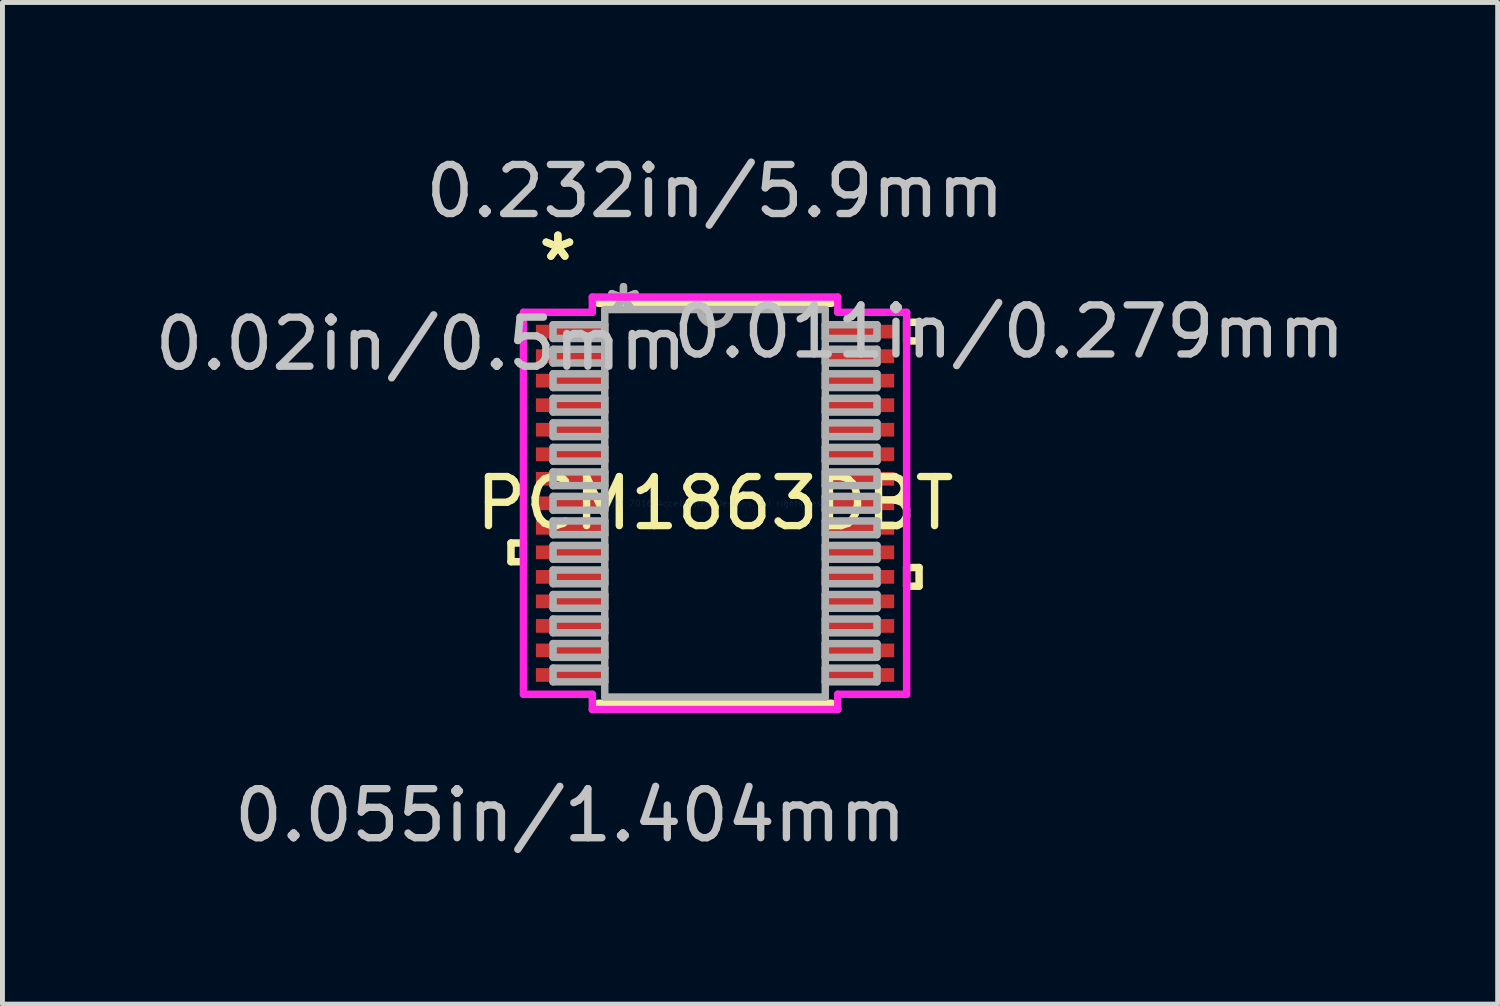
<source format=kicad_pcb>
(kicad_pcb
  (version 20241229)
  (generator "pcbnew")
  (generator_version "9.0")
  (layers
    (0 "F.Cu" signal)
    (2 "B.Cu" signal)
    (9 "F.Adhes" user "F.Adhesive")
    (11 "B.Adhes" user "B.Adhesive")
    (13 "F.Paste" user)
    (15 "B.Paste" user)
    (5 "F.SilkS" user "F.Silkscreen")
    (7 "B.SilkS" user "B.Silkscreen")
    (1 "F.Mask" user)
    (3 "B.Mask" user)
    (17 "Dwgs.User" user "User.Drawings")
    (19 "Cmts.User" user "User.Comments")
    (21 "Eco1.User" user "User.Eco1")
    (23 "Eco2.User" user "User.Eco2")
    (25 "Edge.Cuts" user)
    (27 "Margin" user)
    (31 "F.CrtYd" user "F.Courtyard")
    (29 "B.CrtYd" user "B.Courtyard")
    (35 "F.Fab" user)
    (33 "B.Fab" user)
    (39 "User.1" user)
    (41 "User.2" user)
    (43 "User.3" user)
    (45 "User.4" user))
  (footprint "PCM1863DBT"
    (layer "F.Cu")
    (at 11.528 7.211)
    (property "Reference" "PCM1863DBT" (at 0 0 0) (layer "F.SilkS") (effects (font (size 1 1) (thickness 0.15))))
    (attr through_hole)
    (fp_line (start -4.16 0.81) (end -4.16 1.191) (stroke (width 0.152) (type solid)) (layer "F.SilkS"))
    (fp_line (start -4.16 1.191) (end -3.906 1.191) (stroke (width 0.152) (type solid)) (layer "F.SilkS"))
    (fp_line (start -3.906 0.81) (end -4.16 0.81) (stroke (width 0.152) (type solid)) (layer "F.SilkS"))
    (fp_line (start -3.906 1.191) (end -3.906 0.81) (stroke (width 0.152) (type solid)) (layer "F.SilkS"))
    (fp_line (start -2.375 4.077) (end 2.375 4.077) (stroke (width 0.152) (type solid)) (layer "F.SilkS"))
    (fp_line (start 2.375 -4.077) (end -2.375 -4.077) (stroke (width 0.152) (type solid)) (layer "F.SilkS"))
    (fp_line (start 3.906 -3.691) (end 4.16 -3.691) (stroke (width 0.152) (type solid)) (layer "F.SilkS"))
    (fp_line (start 3.906 -3.31) (end 3.906 -3.691) (stroke (width 0.152) (type solid)) (layer "F.SilkS"))
    (fp_line (start 3.906 1.31) (end 4.16 1.31) (stroke (width 0.152) (type solid)) (layer "F.SilkS"))
    (fp_line (start 3.906 1.69) (end 3.906 1.31) (stroke (width 0.152) (type solid)) (layer "F.SilkS"))
    (fp_line (start 4.16 -3.691) (end 4.16 -3.31) (stroke (width 0.152) (type solid)) (layer "F.SilkS"))
    (fp_line (start 4.16 -3.31) (end 3.906 -3.31) (stroke (width 0.152) (type solid)) (layer "F.SilkS"))
    (fp_line (start 4.16 1.31) (end 4.16 1.69) (stroke (width 0.152) (type solid)) (layer "F.SilkS"))
    (fp_line (start 4.16 1.69) (end 3.906 1.69) (stroke (width 0.152) (type solid)) (layer "F.SilkS"))
    (fp_line (start -3.906 -3.894) (end -2.502 -3.894) (stroke (width 0.152) (type solid)) (layer "F.CrtYd"))
    (fp_line (start -3.906 3.894) (end -3.906 -3.894) (stroke (width 0.152) (type solid)) (layer "F.CrtYd"))
    (fp_line (start -2.502 -4.204) (end 2.502 -4.204) (stroke (width 0.152) (type solid)) (layer "F.CrtYd"))
    (fp_line (start -2.502 -3.894) (end -2.502 -4.204) (stroke (width 0.152) (type solid)) (layer "F.CrtYd"))
    (fp_line (start -2.502 3.894) (end -3.906 3.894) (stroke (width 0.152) (type solid)) (layer "F.CrtYd"))
    (fp_line (start -2.502 4.204) (end -2.502 3.894) (stroke (width 0.152) (type solid)) (layer "F.CrtYd"))
    (fp_line (start 2.502 -4.204) (end 2.502 -3.894) (stroke (width 0.152) (type solid)) (layer "F.CrtYd"))
    (fp_line (start 2.502 -3.894) (end 3.906 -3.894) (stroke (width 0.152) (type solid)) (layer "F.CrtYd"))
    (fp_line (start 2.502 3.894) (end 2.502 4.204) (stroke (width 0.152) (type solid)) (layer "F.CrtYd"))
    (fp_line (start 2.502 4.204) (end -2.502 4.204) (stroke (width 0.152) (type solid)) (layer "F.CrtYd"))
    (fp_line (start 3.906 -3.894) (end 3.906 3.894) (stroke (width 0.152) (type solid)) (layer "F.CrtYd"))
    (fp_line (start 3.906 3.894) (end 2.502 3.894) (stroke (width 0.152) (type solid)) (layer "F.CrtYd"))
    (fp_line (start -3.302 -3.64) (end -3.302 -3.36) (stroke (width 0.152) (type solid)) (layer "F.Fab"))
    (fp_line (start -3.302 -3.36) (end -2.248 -3.36) (stroke (width 0.152) (type solid)) (layer "F.Fab"))
    (fp_line (start -3.302 -3.14) (end -3.302 -2.86) (stroke (width 0.152) (type solid)) (layer "F.Fab"))
    (fp_line (start -3.302 -2.86) (end -2.248 -2.86) (stroke (width 0.152) (type solid)) (layer "F.Fab"))
    (fp_line (start -3.302 -2.64) (end -3.302 -2.36) (stroke (width 0.152) (type solid)) (layer "F.Fab"))
    (fp_line (start -3.302 -2.36) (end -2.248 -2.36) (stroke (width 0.152) (type solid)) (layer "F.Fab"))
    (fp_line (start -3.302 -2.14) (end -3.302 -1.86) (stroke (width 0.152) (type solid)) (layer "F.Fab"))
    (fp_line (start -3.302 -1.86) (end -2.248 -1.86) (stroke (width 0.152) (type solid)) (layer "F.Fab"))
    (fp_line (start -3.302 -1.64) (end -3.302 -1.36) (stroke (width 0.152) (type solid)) (layer "F.Fab"))
    (fp_line (start -3.302 -1.36) (end -2.248 -1.36) (stroke (width 0.152) (type solid)) (layer "F.Fab"))
    (fp_line (start -3.302 -1.14) (end -3.302 -0.86) (stroke (width 0.152) (type solid)) (layer "F.Fab"))
    (fp_line (start -3.302 -0.86) (end -2.248 -0.86) (stroke (width 0.152) (type solid)) (layer "F.Fab"))
    (fp_line (start -3.302 -0.64) (end -3.302 -0.36) (stroke (width 0.152) (type solid)) (layer "F.Fab"))
    (fp_line (start -3.302 -0.36) (end -2.248 -0.36) (stroke (width 0.152) (type solid)) (layer "F.Fab"))
    (fp_line (start -3.302 -0.14) (end -3.302 0.14) (stroke (width 0.152) (type solid)) (layer "F.Fab"))
    (fp_line (start -3.302 0.14) (end -2.248 0.14) (stroke (width 0.152) (type solid)) (layer "F.Fab"))
    (fp_line (start -3.302 0.36) (end -3.302 0.64) (stroke (width 0.152) (type solid)) (layer "F.Fab"))
    (fp_line (start -3.302 0.64) (end -2.248 0.64) (stroke (width 0.152) (type solid)) (layer "F.Fab"))
    (fp_line (start -3.302 0.86) (end -3.302 1.14) (stroke (width 0.152) (type solid)) (layer "F.Fab"))
    (fp_line (start -3.302 1.14) (end -2.248 1.14) (stroke (width 0.152) (type solid)) (layer "F.Fab"))
    (fp_line (start -3.302 1.36) (end -3.302 1.64) (stroke (width 0.152) (type solid)) (layer "F.Fab"))
    (fp_line (start -3.302 1.64) (end -2.248 1.64) (stroke (width 0.152) (type solid)) (layer "F.Fab"))
    (fp_line (start -3.302 1.86) (end -3.302 2.14) (stroke (width 0.152) (type solid)) (layer "F.Fab"))
    (fp_line (start -3.302 2.14) (end -2.248 2.14) (stroke (width 0.152) (type solid)) (layer "F.Fab"))
    (fp_line (start -3.302 2.36) (end -3.302 2.64) (stroke (width 0.152) (type solid)) (layer "F.Fab"))
    (fp_line (start -3.302 2.64) (end -2.248 2.64) (stroke (width 0.152) (type solid)) (layer "F.Fab"))
    (fp_line (start -3.302 2.86) (end -3.302 3.14) (stroke (width 0.152) (type solid)) (layer "F.Fab"))
    (fp_line (start -3.302 3.14) (end -2.248 3.14) (stroke (width 0.152) (type solid)) (layer "F.Fab"))
    (fp_line (start -3.302 3.36) (end -3.302 3.64) (stroke (width 0.152) (type solid)) (layer "F.Fab"))
    (fp_line (start -3.302 3.64) (end -2.248 3.64) (stroke (width 0.152) (type solid)) (layer "F.Fab"))
    (fp_line (start -2.248 -3.95) (end -2.248 3.95) (stroke (width 0.152) (type solid)) (layer "F.Fab"))
    (fp_line (start -2.248 -3.64) (end -3.302 -3.64) (stroke (width 0.152) (type solid)) (layer "F.Fab"))
    (fp_line (start -2.248 -3.36) (end -2.248 -3.64) (stroke (width 0.152) (type solid)) (layer "F.Fab"))
    (fp_line (start -2.248 -3.14) (end -3.302 -3.14) (stroke (width 0.152) (type solid)) (layer "F.Fab"))
    (fp_line (start -2.248 -2.86) (end -2.248 -3.14) (stroke (width 0.152) (type solid)) (layer "F.Fab"))
    (fp_line (start -2.248 -2.64) (end -3.302 -2.64) (stroke (width 0.152) (type solid)) (layer "F.Fab"))
    (fp_line (start -2.248 -2.36) (end -2.248 -2.64) (stroke (width 0.152) (type solid)) (layer "F.Fab"))
    (fp_line (start -2.248 -2.14) (end -3.302 -2.14) (stroke (width 0.152) (type solid)) (layer "F.Fab"))
    (fp_line (start -2.248 -1.86) (end -2.248 -2.14) (stroke (width 0.152) (type solid)) (layer "F.Fab"))
    (fp_line (start -2.248 -1.64) (end -3.302 -1.64) (stroke (width 0.152) (type solid)) (layer "F.Fab"))
    (fp_line (start -2.248 -1.36) (end -2.248 -1.64) (stroke (width 0.152) (type solid)) (layer "F.Fab"))
    (fp_line (start -2.248 -1.14) (end -3.302 -1.14) (stroke (width 0.152) (type solid)) (layer "F.Fab"))
    (fp_line (start -2.248 -0.86) (end -2.248 -1.14) (stroke (width 0.152) (type solid)) (layer "F.Fab"))
    (fp_line (start -2.248 -0.64) (end -3.302 -0.64) (stroke (width 0.152) (type solid)) (layer "F.Fab"))
    (fp_line (start -2.248 -0.36) (end -2.248 -0.64) (stroke (width 0.152) (type solid)) (layer "F.Fab"))
    (fp_line (start -2.248 -0.14) (end -3.302 -0.14) (stroke (width 0.152) (type solid)) (layer "F.Fab"))
    (fp_line (start -2.248 0.14) (end -2.248 -0.14) (stroke (width 0.152) (type solid)) (layer "F.Fab"))
    (fp_line (start -2.248 0.36) (end -3.302 0.36) (stroke (width 0.152) (type solid)) (layer "F.Fab"))
    (fp_line (start -2.248 0.64) (end -2.248 0.36) (stroke (width 0.152) (type solid)) (layer "F.Fab"))
    (fp_line (start -2.248 0.86) (end -3.302 0.86) (stroke (width 0.152) (type solid)) (layer "F.Fab"))
    (fp_line (start -2.248 1.14) (end -2.248 0.86) (stroke (width 0.152) (type solid)) (layer "F.Fab"))
    (fp_line (start -2.248 1.36) (end -3.302 1.36) (stroke (width 0.152) (type solid)) (layer "F.Fab"))
    (fp_line (start -2.248 1.64) (end -2.248 1.36) (stroke (width 0.152) (type solid)) (layer "F.Fab"))
    (fp_line (start -2.248 1.86) (end -3.302 1.86) (stroke (width 0.152) (type solid)) (layer "F.Fab"))
    (fp_line (start -2.248 2.14) (end -2.248 1.86) (stroke (width 0.152) (type solid)) (layer "F.Fab"))
    (fp_line (start -2.248 2.36) (end -3.302 2.36) (stroke (width 0.152) (type solid)) (layer "F.Fab"))
    (fp_line (start -2.248 2.64) (end -2.248 2.36) (stroke (width 0.152) (type solid)) (layer "F.Fab"))
    (fp_line (start -2.248 2.86) (end -3.302 2.86) (stroke (width 0.152) (type solid)) (layer "F.Fab"))
    (fp_line (start -2.248 3.14) (end -2.248 2.86) (stroke (width 0.152) (type solid)) (layer "F.Fab"))
    (fp_line (start -2.248 3.36) (end -3.302 3.36) (stroke (width 0.152) (type solid)) (layer "F.Fab"))
    (fp_line (start -2.248 3.64) (end -2.248 3.36) (stroke (width 0.152) (type solid)) (layer "F.Fab"))
    (fp_line (start -2.248 3.95) (end 2.248 3.95) (stroke (width 0.152) (type solid)) (layer "F.Fab"))
    (fp_line (start 2.248 -3.95) (end -2.248 -3.95) (stroke (width 0.152) (type solid)) (layer "F.Fab"))
    (fp_line (start 2.248 -3.64) (end 2.248 -3.36) (stroke (width 0.152) (type solid)) (layer "F.Fab"))
    (fp_line (start 2.248 -3.36) (end 3.302 -3.36) (stroke (width 0.152) (type solid)) (layer "F.Fab"))
    (fp_line (start 2.248 -3.14) (end 2.248 -2.86) (stroke (width 0.152) (type solid)) (layer "F.Fab"))
    (fp_line (start 2.248 -2.86) (end 3.302 -2.86) (stroke (width 0.152) (type solid)) (layer "F.Fab"))
    (fp_line (start 2.248 -2.64) (end 2.248 -2.36) (stroke (width 0.152) (type solid)) (layer "F.Fab"))
    (fp_line (start 2.248 -2.36) (end 3.302 -2.36) (stroke (width 0.152) (type solid)) (layer "F.Fab"))
    (fp_line (start 2.248 -2.14) (end 2.248 -1.86) (stroke (width 0.152) (type solid)) (layer "F.Fab"))
    (fp_line (start 2.248 -1.86) (end 3.302 -1.86) (stroke (width 0.152) (type solid)) (layer "F.Fab"))
    (fp_line (start 2.248 -1.64) (end 2.248 -1.36) (stroke (width 0.152) (type solid)) (layer "F.Fab"))
    (fp_line (start 2.248 -1.36) (end 3.302 -1.36) (stroke (width 0.152) (type solid)) (layer "F.Fab"))
    (fp_line (start 2.248 -1.14) (end 2.248 -0.86) (stroke (width 0.152) (type solid)) (layer "F.Fab"))
    (fp_line (start 2.248 -0.86) (end 3.302 -0.86) (stroke (width 0.152) (type solid)) (layer "F.Fab"))
    (fp_line (start 2.248 -0.64) (end 2.248 -0.36) (stroke (width 0.152) (type solid)) (layer "F.Fab"))
    (fp_line (start 2.248 -0.36) (end 3.302 -0.36) (stroke (width 0.152) (type solid)) (layer "F.Fab"))
    (fp_line (start 2.248 -0.14) (end 2.248 0.14) (stroke (width 0.152) (type solid)) (layer "F.Fab"))
    (fp_line (start 2.248 0.14) (end 3.302 0.14) (stroke (width 0.152) (type solid)) (layer "F.Fab"))
    (fp_line (start 2.248 0.36) (end 2.248 0.64) (stroke (width 0.152) (type solid)) (layer "F.Fab"))
    (fp_line (start 2.248 0.64) (end 3.302 0.64) (stroke (width 0.152) (type solid)) (layer "F.Fab"))
    (fp_line (start 2.248 0.86) (end 2.248 1.14) (stroke (width 0.152) (type solid)) (layer "F.Fab"))
    (fp_line (start 2.248 1.14) (end 3.302 1.14) (stroke (width 0.152) (type solid)) (layer "F.Fab"))
    (fp_line (start 2.248 1.36) (end 2.248 1.64) (stroke (width 0.152) (type solid)) (layer "F.Fab"))
    (fp_line (start 2.248 1.64) (end 3.302 1.64) (stroke (width 0.152) (type solid)) (layer "F.Fab"))
    (fp_line (start 2.248 1.86) (end 2.248 2.14) (stroke (width 0.152) (type solid)) (layer "F.Fab"))
    (fp_line (start 2.248 2.14) (end 3.302 2.14) (stroke (width 0.152) (type solid)) (layer "F.Fab"))
    (fp_line (start 2.248 2.36) (end 2.248 2.64) (stroke (width 0.152) (type solid)) (layer "F.Fab"))
    (fp_line (start 2.248 2.64) (end 3.302 2.64) (stroke (width 0.152) (type solid)) (layer "F.Fab"))
    (fp_line (start 2.248 2.86) (end 2.248 3.14) (stroke (width 0.152) (type solid)) (layer "F.Fab"))
    (fp_line (start 2.248 3.14) (end 3.302 3.14) (stroke (width 0.152) (type solid)) (layer "F.Fab"))
    (fp_line (start 2.248 3.36) (end 2.248 3.64) (stroke (width 0.152) (type solid)) (layer "F.Fab"))
    (fp_line (start 2.248 3.64) (end 3.302 3.64) (stroke (width 0.152) (type solid)) (layer "F.Fab"))
    (fp_line (start 2.248 3.95) (end 2.248 -3.95) (stroke (width 0.152) (type solid)) (layer "F.Fab"))
    (fp_line (start 3.302 -3.64) (end 2.248 -3.64) (stroke (width 0.152) (type solid)) (layer "F.Fab"))
    (fp_line (start 3.302 -3.36) (end 3.302 -3.64) (stroke (width 0.152) (type solid)) (layer "F.Fab"))
    (fp_line (start 3.302 -3.14) (end 2.248 -3.14) (stroke (width 0.152) (type solid)) (layer "F.Fab"))
    (fp_line (start 3.302 -2.86) (end 3.302 -3.14) (stroke (width 0.152) (type solid)) (layer "F.Fab"))
    (fp_line (start 3.302 -2.64) (end 2.248 -2.64) (stroke (width 0.152) (type solid)) (layer "F.Fab"))
    (fp_line (start 3.302 -2.36) (end 3.302 -2.64) (stroke (width 0.152) (type solid)) (layer "F.Fab"))
    (fp_line (start 3.302 -2.14) (end 2.248 -2.14) (stroke (width 0.152) (type solid)) (layer "F.Fab"))
    (fp_line (start 3.302 -1.86) (end 3.302 -2.14) (stroke (width 0.152) (type solid)) (layer "F.Fab"))
    (fp_line (start 3.302 -1.64) (end 2.248 -1.64) (stroke (width 0.152) (type solid)) (layer "F.Fab"))
    (fp_line (start 3.302 -1.36) (end 3.302 -1.64) (stroke (width 0.152) (type solid)) (layer "F.Fab"))
    (fp_line (start 3.302 -1.14) (end 2.248 -1.14) (stroke (width 0.152) (type solid)) (layer "F.Fab"))
    (fp_line (start 3.302 -0.86) (end 3.302 -1.14) (stroke (width 0.152) (type solid)) (layer "F.Fab"))
    (fp_line (start 3.302 -0.64) (end 2.248 -0.64) (stroke (width 0.152) (type solid)) (layer "F.Fab"))
    (fp_line (start 3.302 -0.36) (end 3.302 -0.64) (stroke (width 0.152) (type solid)) (layer "F.Fab"))
    (fp_line (start 3.302 -0.14) (end 2.248 -0.14) (stroke (width 0.152) (type solid)) (layer "F.Fab"))
    (fp_line (start 3.302 0.14) (end 3.302 -0.14) (stroke (width 0.152) (type solid)) (layer "F.Fab"))
    (fp_line (start 3.302 0.36) (end 2.248 0.36) (stroke (width 0.152) (type solid)) (layer "F.Fab"))
    (fp_line (start 3.302 0.64) (end 3.302 0.36) (stroke (width 0.152) (type solid)) (layer "F.Fab"))
    (fp_line (start 3.302 0.86) (end 2.248 0.86) (stroke (width 0.152) (type solid)) (layer "F.Fab"))
    (fp_line (start 3.302 1.14) (end 3.302 0.86) (stroke (width 0.152) (type solid)) (layer "F.Fab"))
    (fp_line (start 3.302 1.36) (end 2.248 1.36) (stroke (width 0.152) (type solid)) (layer "F.Fab"))
    (fp_line (start 3.302 1.64) (end 3.302 1.36) (stroke (width 0.152) (type solid)) (layer "F.Fab"))
    (fp_line (start 3.302 1.86) (end 2.248 1.86) (stroke (width 0.152) (type solid)) (layer "F.Fab"))
    (fp_line (start 3.302 2.14) (end 3.302 1.86) (stroke (width 0.152) (type solid)) (layer "F.Fab"))
    (fp_line (start 3.302 2.36) (end 2.248 2.36) (stroke (width 0.152) (type solid)) (layer "F.Fab"))
    (fp_line (start 3.302 2.64) (end 3.302 2.36) (stroke (width 0.152) (type solid)) (layer "F.Fab"))
    (fp_line (start 3.302 2.86) (end 2.248 2.86) (stroke (width 0.152) (type solid)) (layer "F.Fab"))
    (fp_line (start 3.302 3.14) (end 3.302 2.86) (stroke (width 0.152) (type solid)) (layer "F.Fab"))
    (fp_line (start 3.302 3.36) (end 2.248 3.36) (stroke (width 0.152) (type solid)) (layer "F.Fab"))
    (fp_line (start 3.302 3.64) (end 3.302 3.36) (stroke (width 0.152) (type solid)) (layer "F.Fab"))
    (fp_arc (start 0.3048 -3.9497) (mid 0 -3.6449) (end -0.3048 -3.9497) (stroke (width 0.1524) (type solid)) (layer "F.Fab"))
    (fp_text user "*" (at -3.204 -4.922 0) (layer "F.SilkS") (effects (font (size 1 1) (thickness 0.15))))
    (fp_text user "*" (at -3.204 -4.922 0) (layer "F.SilkS") (effects (font (size 1 1) (thickness 0.15))))
    (fp_text user "0.232in/5.9mm" (at 0 -6.363 0) (layer "Dwgs.User") (effects (font (size 1 1) (thickness 0.15))))
    (fp_text user "0.02in/0.5mm" (at -5.998 -3.25 0) (layer "Dwgs.User") (effects (font (size 1 1) (thickness 0.15))))
    (fp_text user "0.011in/0.279mm" (at 5.998 -3.5 0) (layer "Dwgs.User") (effects (font (size 1 1) (thickness 0.15))))
    (fp_text user "0.055in/1.404mm" (at -2.95 6.363 0) (layer "Dwgs.User") (effects (font (size 1 1) (thickness 0.15))))
    (fp_text user "Copyright 2016 Accelerated Designs. All rights reserved." (at 0 0 0) (layer "Cmts.User") (effects (font (size 0.127 0.127) (thickness 0.002))))
    (fp_text user "*" (at -1.867 -3.873 0) (layer "F.Fab") (effects (font (size 1 1) (thickness 0.15))))
    (fp_text user "*" (at -1.867 -3.873 0) (layer "F.Fab") (effects (font (size 1 1) (thickness 0.15))))
    (pad "1" smd rect (at -2.95 -3.5) (size 1.404 0.279) (layers "F.Cu" "F.Mask" "F.Paste"))
    (pad "2" smd rect (at -2.95 -3) (size 1.404 0.279) (layers "F.Cu" "F.Mask" "F.Paste"))
    (pad "3" smd rect (at -2.95 -2.5) (size 1.404 0.279) (layers "F.Cu" "F.Mask" "F.Paste"))
    (pad "4" smd rect (at -2.95 -2) (size 1.404 0.279) (layers "F.Cu" "F.Mask" "F.Paste"))
    (pad "5" smd rect (at -2.95 -1.5) (size 1.404 0.279) (layers "F.Cu" "F.Mask" "F.Paste"))
    (pad "6" smd rect (at -2.95 -1) (size 1.404 0.279) (layers "F.Cu" "F.Mask" "F.Paste"))
    (pad "7" smd rect (at -2.95 -0.5) (size 1.404 0.279) (layers "F.Cu" "F.Mask" "F.Paste"))
    (pad "8" smd rect (at -2.95 0) (size 1.404 0.279) (layers "F.Cu" "F.Mask" "F.Paste"))
    (pad "9" smd rect (at -2.95 0.5) (size 1.404 0.279) (layers "F.Cu" "F.Mask" "F.Paste"))
    (pad "10" smd rect (at -2.95 1) (size 1.404 0.279) (layers "F.Cu" "F.Mask" "F.Paste"))
    (pad "11" smd rect (at -2.95 1.5) (size 1.404 0.279) (layers "F.Cu" "F.Mask" "F.Paste"))
    (pad "12" smd rect (at -2.95 2) (size 1.404 0.279) (layers "F.Cu" "F.Mask" "F.Paste"))
    (pad "13" smd rect (at -2.95 2.5) (size 1.404 0.279) (layers "F.Cu" "F.Mask" "F.Paste"))
    (pad "14" smd rect (at -2.95 3) (size 1.404 0.279) (layers "F.Cu" "F.Mask" "F.Paste"))
    (pad "15" smd rect (at -2.95 3.5) (size 1.404 0.279) (layers "F.Cu" "F.Mask" "F.Paste"))
    (pad "16" smd rect (at 2.95 3.5) (size 1.404 0.279) (layers "F.Cu" "F.Mask" "F.Paste"))
    (pad "17" smd rect (at 2.95 3) (size 1.404 0.279) (layers "F.Cu" "F.Mask" "F.Paste"))
    (pad "18" smd rect (at 2.95 2.5) (size 1.404 0.279) (layers "F.Cu" "F.Mask" "F.Paste"))
    (pad "19" smd rect (at 2.95 2) (size 1.404 0.279) (layers "F.Cu" "F.Mask" "F.Paste"))
    (pad "20" smd rect (at 2.95 1.5) (size 1.404 0.279) (layers "F.Cu" "F.Mask" "F.Paste"))
    (pad "21" smd rect (at 2.95 1) (size 1.404 0.279) (layers "F.Cu" "F.Mask" "F.Paste"))
    (pad "22" smd rect (at 2.95 0.5) (size 1.404 0.279) (layers "F.Cu" "F.Mask" "F.Paste"))
    (pad "23" smd rect (at 2.95 0) (size 1.404 0.279) (layers "F.Cu" "F.Mask" "F.Paste"))
    (pad "24" smd rect (at 2.95 -0.5) (size 1.404 0.279) (layers "F.Cu" "F.Mask" "F.Paste"))
    (pad "25" smd rect (at 2.95 -1) (size 1.404 0.279) (layers "F.Cu" "F.Mask" "F.Paste"))
    (pad "26" smd rect (at 2.95 -1.5) (size 1.404 0.279) (layers "F.Cu" "F.Mask" "F.Paste"))
    (pad "27" smd rect (at 2.95 -2) (size 1.404 0.279) (layers "F.Cu" "F.Mask" "F.Paste"))
    (pad "28" smd rect (at 2.95 -2.5) (size 1.404 0.279) (layers "F.Cu" "F.Mask" "F.Paste"))
    (pad "29" smd rect (at 2.95 -3) (size 1.404 0.279) (layers "F.Cu" "F.Mask" "F.Paste"))
    (pad "30" smd rect (at 2.95 -3.5) (size 1.404 0.279) (layers "F.Cu" "F.Mask" "F.Paste")))
  (gr_rect
    (start -3 -3)
    (end 27.484 17.422)
    (stroke (width 0.1) (type default))
    (fill no)
    (layer "Edge.Cuts")))
</source>
